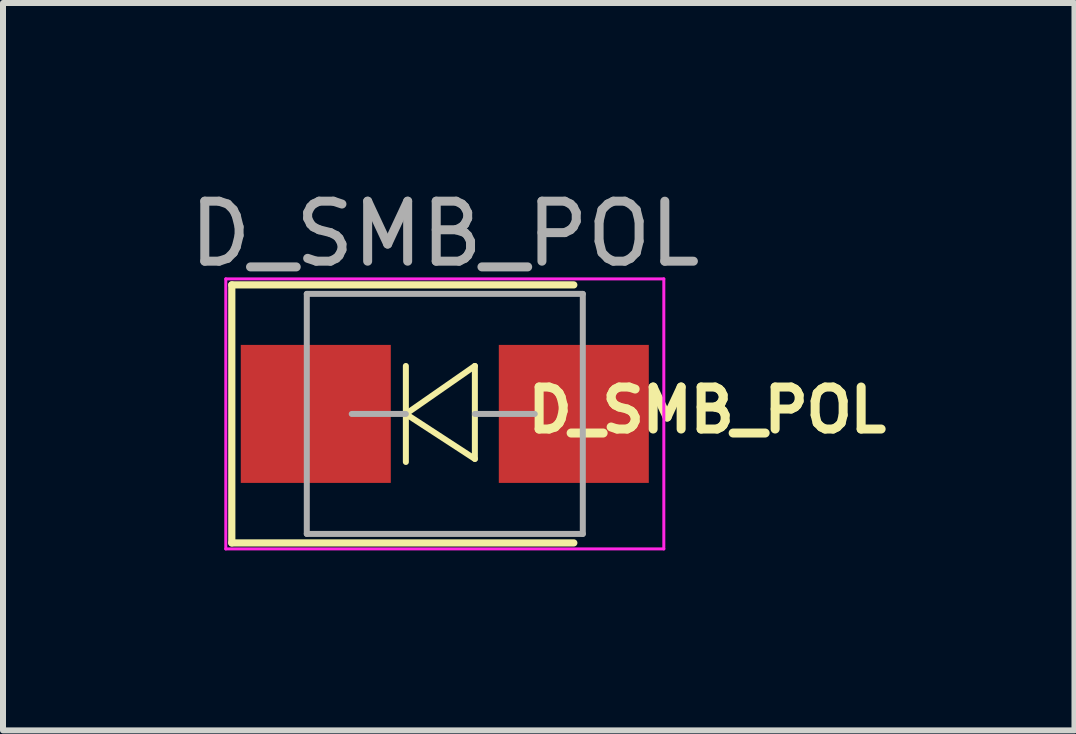
<source format=kicad_pcb>
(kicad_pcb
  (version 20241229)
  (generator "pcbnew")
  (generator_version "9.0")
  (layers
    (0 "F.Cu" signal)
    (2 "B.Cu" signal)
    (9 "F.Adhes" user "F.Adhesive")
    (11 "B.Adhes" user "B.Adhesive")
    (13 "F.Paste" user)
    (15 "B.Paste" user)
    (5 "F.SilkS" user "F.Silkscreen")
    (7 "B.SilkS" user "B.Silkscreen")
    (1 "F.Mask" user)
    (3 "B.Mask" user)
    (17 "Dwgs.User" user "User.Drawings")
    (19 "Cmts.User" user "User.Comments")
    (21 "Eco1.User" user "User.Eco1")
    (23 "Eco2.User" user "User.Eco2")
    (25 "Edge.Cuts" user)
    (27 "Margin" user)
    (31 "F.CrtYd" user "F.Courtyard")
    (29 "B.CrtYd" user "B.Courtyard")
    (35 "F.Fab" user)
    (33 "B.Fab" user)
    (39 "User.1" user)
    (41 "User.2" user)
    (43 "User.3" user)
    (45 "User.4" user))
  (footprint "D_SMB_POL"
    (layer "F.Cu")
    (at 4.363 3.848)
    (property "Reference" "D_SMB_POL" (at 4.372 -0.064 0) (layer "F.SilkS") (effects (font (size 0.7 0.7) (thickness 0.15))))
    (attr smd)
    (fp_line (start -3.55 -2.15) (end -3.55 2.15) (stroke (width 0.12) (type solid)) (layer "F.SilkS"))
    (fp_line (start -3.55 -2.15) (end 2.15 -2.15) (stroke (width 0.12) (type solid)) (layer "F.SilkS"))
    (fp_line (start -3.55 2.15) (end 2.15 2.15) (stroke (width 0.12) (type solid)) (layer "F.SilkS"))
    (fp_line (start -0.649 -0.799) (end -0.649 0.801) (stroke (width 0.1) (type solid)) (layer "F.SilkS"))
    (fp_line (start -0.649 0.001) (end 0.501 -0.799) (stroke (width 0.1) (type solid)) (layer "F.SilkS"))
    (fp_line (start -0.649 0.001) (end 0.501 0.75) (stroke (width 0.1) (type solid)) (layer "F.SilkS"))
    (fp_line (start 0.501 0.75) (end 0.501 -0.799) (stroke (width 0.1) (type solid)) (layer "F.SilkS"))
    (fp_line (start -3.65 -2.25) (end 3.65 -2.25) (stroke (width 0.05) (type solid)) (layer "F.CrtYd"))
    (fp_line (start -3.65 2.25) (end -3.65 -2.25) (stroke (width 0.05) (type solid)) (layer "F.CrtYd"))
    (fp_line (start 3.65 -2.25) (end 3.65 2.25) (stroke (width 0.05) (type solid)) (layer "F.CrtYd"))
    (fp_line (start 3.65 2.25) (end -3.65 2.25) (stroke (width 0.05) (type solid)) (layer "F.CrtYd"))
    (fp_line (start -2.3 2) (end -2.3 -2) (stroke (width 0.1) (type solid)) (layer "F.Fab"))
    (fp_line (start -0.649 0.001) (end -1.551 0.001) (stroke (width 0.1) (type solid)) (layer "F.Fab"))
    (fp_line (start 0.501 0.001) (end 1.499 0.001) (stroke (width 0.1) (type solid)) (layer "F.Fab"))
    (fp_line (start 2.3 -2) (end -2.3 -2) (stroke (width 0.1) (type solid)) (layer "F.Fab"))
    (fp_line (start 2.3 -2) (end 2.3 2) (stroke (width 0.1) (type solid)) (layer "F.Fab"))
    (fp_line (start 2.3 2) (end -2.3 2) (stroke (width 0.1) (type solid)) (layer "F.Fab"))
    (fp_text user "${REFERENCE}" (at 0 -3 0) (layer "F.Fab") (effects (font (size 1 1) (thickness 0.15))))
    (pad "1" smd rect (at -2.15 0) (size 2.5 2.3) (layers "F.Cu" "F.Mask" "F.Paste"))
    (pad "2" smd rect (at 2.15 0) (size 2.5 2.3) (layers "F.Cu" "F.Mask" "F.Paste")))
  (gr_rect
    (start -3 -3)
    (end 14.857 9.123)
    (stroke (width 0.1) (type default))
    (fill no)
    (layer "Edge.Cuts")))
</source>
